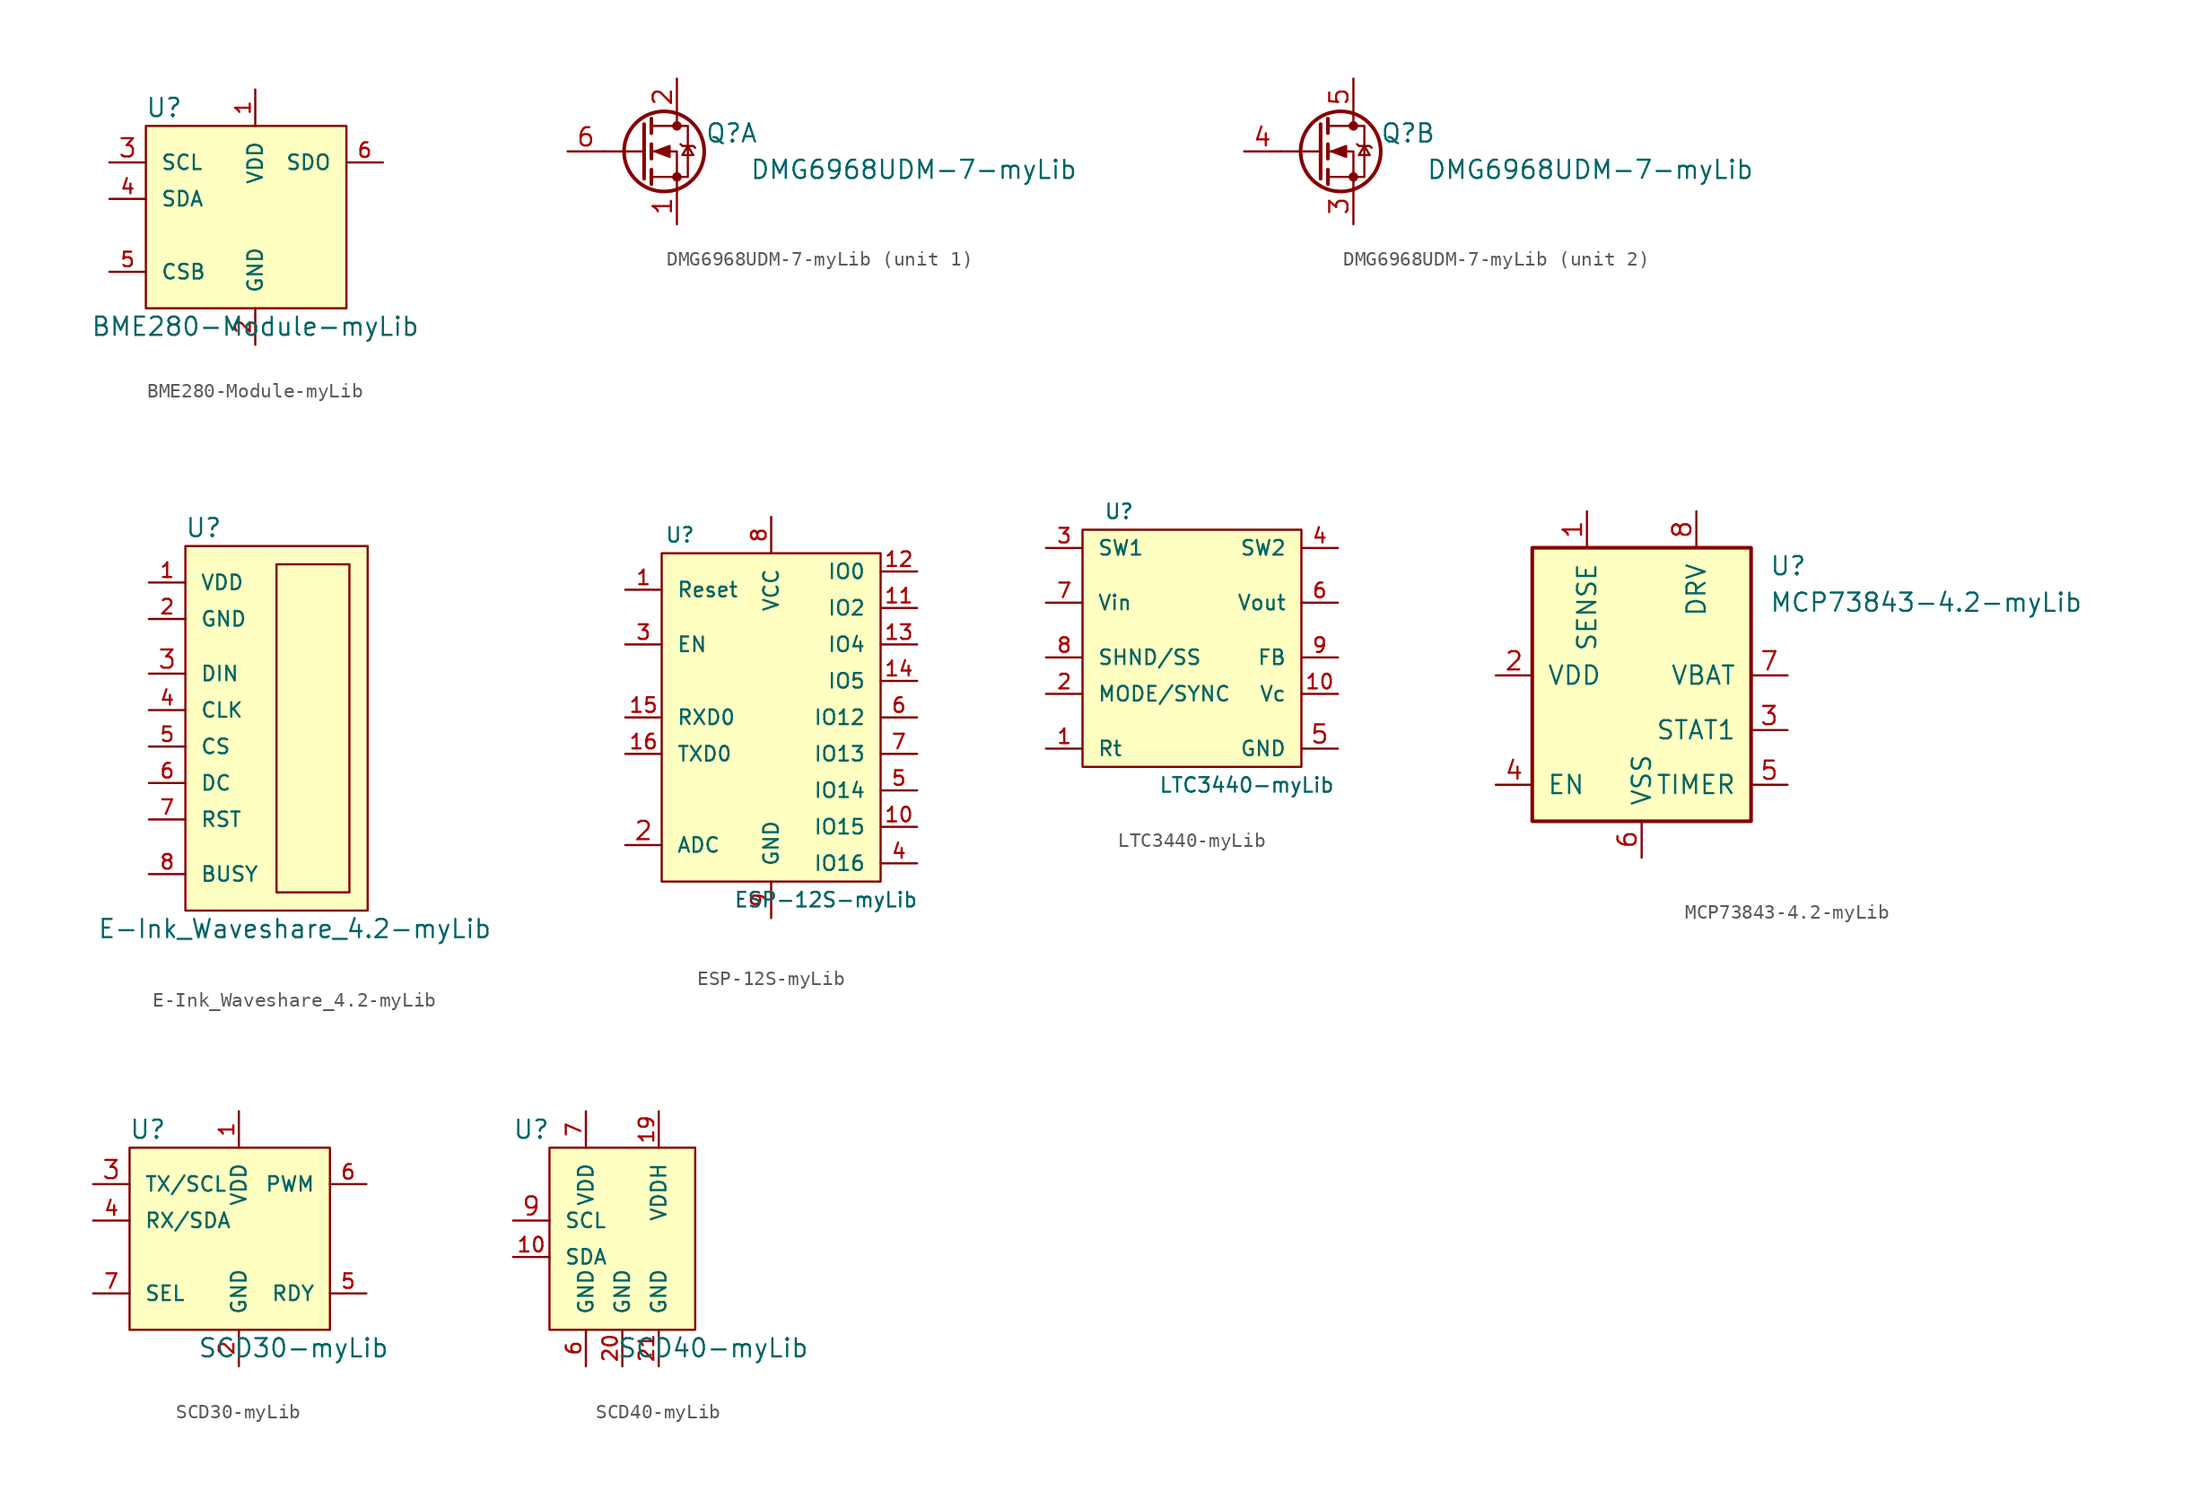
<source format=kicad_sym>
(kicad_symbol_lib
  (version 20211014)
  (generator kicad_symbol_editor)
  (symbol "BME280-Module-myLib"
    (pin_names
      (offset 1.016))
    (property "Reference" "U"
      (at -6.35 7.62 0)
      (effects (font (size 1.27 1.27))))
    (property "Value" "BME280-Module-myLib"
      (at 0 -7.62 0)
      (effects (font (size 1.27 1.27))))
    (symbol "BME280-Module-myLib_1_1"
      (polyline (pts (xy -7.62 6.35) (xy 6.35 6.35) (xy 6.35 -6.35) (xy -7.62 -6.35) (xy -7.62 6.35)) (stroke (width 0) (type default) (color 0 0 0 0)) (fill (type background)))
      (pin power_in line (at 0 8.89 270) (length 2.54) (name "VDD" (effects (font (size 1.016 1.016)))) (number "1" (effects (font (size 1.016 1.016)))))
      (pin power_in line (at 0 -8.89 90) (length 2.54) (name "GND" (effects (font (size 1.016 1.016)))) (number "2" (effects (font (size 1.016 1.016)))))
      (pin bidirectional line (at -10.16 3.81 0) (length 2.54) (name "SCL" (effects (font (size 1.016 1.016)))) (number "3" (effects (font (size 1.27 1.27)))))
      (pin bidirectional line (at -10.16 1.27 0) (length 2.54) (name "SDA" (effects (font (size 1.016 1.016)))) (number "4" (effects (font (size 1.016 1.016)))))
      (pin input line (at -10.16 -3.81 0) (length 2.54) (name "CSB" (effects (font (size 1.016 1.016)))) (number "5" (effects (font (size 1.016 1.016)))))
      (pin output line (at 8.89 3.81 180) (length 2.54) (name "SDO" (effects (font (size 1.016 1.016)))) (number "6" (effects (font (size 1.016 1.016)))))))
  (symbol "DMG6968UDM-7-myLib"
    (pin_names
      (offset 0) hide)
    (property "Reference" "Q"
      (at 6.35 1.27 0)
      (effects (font (size 1.27 1.27))))
    (property "Value" "DMG6968UDM-7-myLib"
      (at 19.05 -1.27 0)
      (effects (font (size 1.27 1.27))))
    (symbol "DMG6968UDM-7-myLib_0_1"
      (polyline (pts (xy 0.254 0) (xy -2.54 0)) (stroke (width 0) (type default) (color 0 0 0 0)) (fill (type none)))
      (polyline (pts (xy 0.254 1.905) (xy 0.254 -1.905)) (stroke (width 0.254) (type default) (color 0 0 0 0)) (fill (type none)))
      (polyline (pts (xy 0.762 -1.27) (xy 0.762 -2.286)) (stroke (width 0.254) (type default) (color 0 0 0 0)) (fill (type none)))
      (polyline (pts (xy 0.762 0.508) (xy 0.762 -0.508)) (stroke (width 0.254) (type default) (color 0 0 0 0)) (fill (type none)))
      (polyline (pts (xy 0.762 2.286) (xy 0.762 1.27)) (stroke (width 0.254) (type default) (color 0 0 0 0)) (fill (type none)))
      (polyline (pts (xy 2.54 2.54) (xy 2.54 1.778)) (stroke (width 0) (type default) (color 0 0 0 0)) (fill (type none)))
      (polyline (pts (xy 2.54 -2.54) (xy 2.54 0) (xy 0.762 0)) (stroke (width 0) (type default) (color 0 0 0 0)) (fill (type none)))
      (polyline (pts (xy 0.762 -1.778) (xy 3.302 -1.778) (xy 3.302 1.778) (xy 0.762 1.778)) (stroke (width 0) (type default) (color 0 0 0 0)) (fill (type none)))
      (polyline (pts (xy 1.016 0) (xy 2.032 0.381) (xy 2.032 -0.381) (xy 1.016 0)) (stroke (width 0) (type default) (color 0 0 0 0)) (fill (type outline)))
      (polyline (pts (xy 2.794 0.508) (xy 2.921 0.381) (xy 3.683 0.381) (xy 3.81 0.254)) (stroke (width 0) (type default) (color 0 0 0 0)) (fill (type none)))
      (polyline (pts (xy 3.302 0.381) (xy 2.921 -0.254) (xy 3.683 -0.254) (xy 3.302 0.381)) (stroke (width 0) (type default) (color 0 0 0 0)) (fill (type none)))
      (circle (center 1.651 0) (radius 2.794) (stroke (width 0.254) (type default) (color 0 0 0 0)) (fill (type none)))
      (circle (center 2.54 -1.778) (radius 0.254) (stroke (width 0) (type default) (color 0 0 0 0)) (fill (type outline)))
      (circle (center 2.54 1.778) (radius 0.254) (stroke (width 0) (type default) (color 0 0 0 0)) (fill (type outline))))
    (symbol "DMG6968UDM-7-myLib_1_1"
      (pin passive line (at 2.54 -5.08 90) (length 2.54) (name "S2" (effects (font (size 1.27 1.27)))) (number "1" (effects (font (size 1.27 1.27)))))
      (pin passive line (at 2.54 5.08 270) (length 2.54) (name "D2" (effects (font (size 1.27 1.27)))) (number "2" (effects (font (size 1.27 1.27)))))
      (pin input line (at -5.08 0 0) (length 2.54) (name "G2" (effects (font (size 1.27 1.27)))) (number "6" (effects (font (size 1.27 1.27))))))
    (symbol "DMG6968UDM-7-myLib_2_1"
      (pin passive line (at 2.54 -5.08 90) (length 2.54) (name "S2" (effects (font (size 1.27 1.27)))) (number "3" (effects (font (size 1.27 1.27)))))
      (pin input line (at -5.08 0 0) (length 2.54) (name "G2" (effects (font (size 1.27 1.27)))) (number "4" (effects (font (size 1.27 1.27)))))
      (pin passive line (at 2.54 5.08 270) (length 2.54) (name "D2" (effects (font (size 1.27 1.27)))) (number "5" (effects (font (size 1.27 1.27)))))))
  (symbol "E-Ink_Waveshare_4.2-myLib"
    (pin_names
      (offset 1.016))
    (property "Reference" "U"
      (at -6.35 13.97 0)
      (effects (font (size 1.27 1.27))))
    (property "Value" "E-Ink_Waveshare_4.2-myLib"
      (at 0 -13.97 0)
      (effects (font (size 1.27 1.27))))
    (symbol "E-Ink_Waveshare_4.2-myLib_0_1"
      (rectangle (start -1.27 -11.43) (end 3.81 11.43) (stroke (width 0) (type default) (color 0 0 0 0)) (fill (type none))))
    (symbol "E-Ink_Waveshare_4.2-myLib_1_1"
      (polyline (pts (xy -7.62 12.7) (xy 5.08 12.7) (xy 5.08 -12.7) (xy -7.62 -12.7) (xy -7.62 12.7)) (stroke (width 0) (type default) (color 0 0 0 0)) (fill (type background)))
      (pin power_in line (at -10.16 10.16 0) (length 2.54) (name "VDD" (effects (font (size 1.016 1.016)))) (number "1" (effects (font (size 1.016 1.016)))))
      (pin power_in line (at -10.16 7.62 0) (length 2.54) (name "GND" (effects (font (size 1.016 1.016)))) (number "2" (effects (font (size 1.016 1.016)))))
      (pin input line (at -10.16 3.81 0) (length 2.54) (name "DIN" (effects (font (size 1.016 1.016)))) (number "3" (effects (font (size 1.27 1.27)))))
      (pin input line (at -10.16 1.27 0) (length 2.54) (name "CLK" (effects (font (size 1.016 1.016)))) (number "4" (effects (font (size 1.016 1.016)))))
      (pin input line (at -10.16 -1.27 0) (length 2.54) (name "CS" (effects (font (size 1.016 1.016)))) (number "5" (effects (font (size 1.016 1.016)))))
      (pin input line (at -10.16 -3.81 0) (length 2.54) (name "DC" (effects (font (size 1.016 1.016)))) (number "6" (effects (font (size 1.016 1.016)))))
      (pin input line (at -10.16 -6.35 0) (length 2.54) (name "RST" (effects (font (size 1.016 1.016)))) (number "7" (effects (font (size 1.016 1.016)))))
      (pin output line (at -10.16 -10.16 0) (length 2.54) (name "BUSY" (effects (font (size 1.016 1.016)))) (number "8" (effects (font (size 1.016 1.016)))))))
  (symbol "ESP-12S-myLib"
    (pin_names
      (offset 1.016))
    (property "Reference" "U"
      (at -6.35 12.7 0)
      (effects (font (size 1.016 1.016))))
    (property "Value" "ESP-12S-myLib"
      (at 3.81 -12.7 0)
      (effects (font (size 1.016 1.016))))
    (property "Footprint" ""
      (at -3.81 -2.54 0)
      (effects (font (size 1.524 1.524))))
    (property "Datasheet" ""
      (at -3.81 -2.54 0)
      (effects (font (size 1.524 1.524))))
    (symbol "ESP-12S-myLib_0_1"
      (polyline (pts (xy -7.62 11.43) (xy 7.62 11.43) (xy 7.62 -11.43) (xy -7.62 -11.43) (xy -7.62 11.43)) (stroke (width 0) (type default) (color 0 0 0 0)) (fill (type background))))
    (symbol "ESP-12S-myLib_1_1"
      (pin input line (at -10.16 8.89 0) (length 2.54) (name "Reset" (effects (font (size 1.016 1.016)))) (number "1" (effects (font (size 1.016 1.016)))))
      (pin bidirectional line (at 10.16 -7.62 180) (length 2.54) (name "IO15" (effects (font (size 1.016 1.016)))) (number "10" (effects (font (size 1.016 1.016)))))
      (pin bidirectional line (at 10.16 7.62 180) (length 2.54) (name "IO2" (effects (font (size 1.016 1.016)))) (number "11" (effects (font (size 1.016 1.016)))))
      (pin bidirectional line (at 10.16 10.16 180) (length 2.54) (name "IO0" (effects (font (size 1.016 1.016)))) (number "12" (effects (font (size 1.016 1.016)))))
      (pin bidirectional line (at 10.16 5.08 180) (length 2.54) (name "IO4" (effects (font (size 1.016 1.016)))) (number "13" (effects (font (size 1.016 1.016)))))
      (pin bidirectional line (at 10.16 2.54 180) (length 2.54) (name "IO5" (effects (font (size 1.016 1.016)))) (number "14" (effects (font (size 1.016 1.016)))))
      (pin input line (at -10.16 0 0) (length 2.54) (name "RXD0" (effects (font (size 1.016 1.016)))) (number "15" (effects (font (size 1.016 1.016)))))
      (pin output line (at -10.16 -2.54 0) (length 2.54) (name "TXD0" (effects (font (size 1.016 1.016)))) (number "16" (effects (font (size 1.016 1.016)))))
      (pin input line (at -10.16 -8.89 0) (length 2.54) (name "ADC" (effects (font (size 1.016 1.016)))) (number "2" (effects (font (size 1.27 1.27)))))
      (pin input line (at -10.16 5.08 0) (length 2.54) (name "EN" (effects (font (size 1.016 1.016)))) (number "3" (effects (font (size 1.016 1.016)))))
      (pin bidirectional line (at 10.16 -10.16 180) (length 2.54) (name "IO16" (effects (font (size 1.016 1.016)))) (number "4" (effects (font (size 1.016 1.016)))))
      (pin bidirectional line (at 10.16 -5.08 180) (length 2.54) (name "IO14" (effects (font (size 1.016 1.016)))) (number "5" (effects (font (size 1.016 1.016)))))
      (pin bidirectional line (at 10.16 0 180) (length 2.54) (name "IO12" (effects (font (size 1.016 1.016)))) (number "6" (effects (font (size 1.016 1.016)))))
      (pin bidirectional line (at 10.16 -2.54 180) (length 2.54) (name "IO13" (effects (font (size 1.016 1.016)))) (number "7" (effects (font (size 1.016 1.016)))))
      (pin power_in line (at 0 13.97 270) (length 2.54) (name "VCC" (effects (font (size 1.016 1.016)))) (number "8" (effects (font (size 1.016 1.016)))))
      (pin power_in line (at 0 -13.97 90) (length 2.54) (name "GND" (effects (font (size 1.016 1.016)))) (number "9" (effects (font (size 1.016 1.016)))))))
  (symbol "LTC3440-myLib"
    (pin_names
      (offset 1.016))
    (property "Reference" "U"
      (at -5.08 8.89 0)
      (effects (font (size 1.016 1.016))))
    (property "Value" "LTC3440-myLib"
      (at 3.81 -10.16 0)
      (effects (font (size 1.016 1.016))))
    (property "Footprint" ""
      (at 0 0 0)
      (effects (font (size 1.524 1.524))))
    (property "Datasheet" ""
      (at 0 0 0)
      (effects (font (size 1.524 1.524))))
    (symbol "LTC3440-myLib_0_1"
      (polyline (pts (xy -7.62 7.62) (xy 7.62 7.62) (xy 7.62 -8.89) (xy -7.62 -8.89) (xy -7.62 7.62)) (stroke (width 0) (type default) (color 0 0 0 0)) (fill (type background))))
    (symbol "LTC3440-myLib_1_1"
      (pin passive line (at -10.16 -7.62 0) (length 2.54) (name "Rt" (effects (font (size 1.016 1.016)))) (number "1" (effects (font (size 1.016 1.016)))))
      (pin input line (at 10.16 -3.81 180) (length 2.54) (name "Vc" (effects (font (size 1.016 1.016)))) (number "10" (effects (font (size 1.016 1.016)))))
      (pin input line (at -10.16 -3.81 0) (length 2.54) (name "MODE/SYNC" (effects (font (size 1.016 1.016)))) (number "2" (effects (font (size 1.016 1.016)))))
      (pin output line (at -10.16 6.35 0) (length 2.54) (name "SW1" (effects (font (size 1.016 1.016)))) (number "3" (effects (font (size 1.016 1.016)))))
      (pin output line (at 10.16 6.35 180) (length 2.54) (name "SW2" (effects (font (size 1.016 1.016)))) (number "4" (effects (font (size 1.016 1.016)))))
      (pin power_in line (at 10.16 -7.62 180) (length 2.54) (name "GND" (effects (font (size 1.016 1.016)))) (number "5" (effects (font (size 1.27 1.27)))))
      (pin power_out line (at 10.16 2.54 180) (length 2.54) (name "Vout" (effects (font (size 1.016 1.016)))) (number "6" (effects (font (size 1.016 1.016)))))
      (pin power_in line (at -10.16 2.54 0) (length 2.54) (name "Vin" (effects (font (size 1.016 1.016)))) (number "7" (effects (font (size 1.016 1.016)))))
      (pin input line (at -10.16 -1.27 0) (length 2.54) (name "SHND/SS" (effects (font (size 1.016 1.016)))) (number "8" (effects (font (size 1.016 1.016)))))
      (pin input line (at 10.16 -1.27 180) (length 2.54) (name "FB" (effects (font (size 1.016 1.016)))) (number "9" (effects (font (size 1.016 1.016)))))))
  (symbol "MCP73843-4.2-myLib"
    (pin_names
      (offset 1.016))
    (property "Reference" "U"
      (at 8.89 7.62 0)
      (effects (font (size 1.27 1.27)) (justify left)))
    (property "Value" "MCP73843-4.2-myLib"
      (at 8.89 5.08 0)
      (effects (font (size 1.27 1.27)) (justify left)))
    (symbol "MCP73843-4.2-myLib_0_1"
      (rectangle (start -7.62 8.89) (end 7.62 -10.16) (stroke (width 0.254) (type default) (color 0 0 0 0)) (fill (type background))))
    (symbol "MCP73843-4.2-myLib_1_1"
      (pin input line (at -3.81 11.43 270) (length 2.54) (name "SENSE" (effects (font (size 1.27 1.27)))) (number "1" (effects (font (size 1.27 1.27)))))
      (pin input line (at -10.16 0 0) (length 2.54) (name "VDD" (effects (font (size 1.27 1.27)))) (number "2" (effects (font (size 1.27 1.27)))))
      (pin open_collector line (at 10.16 -3.81 180) (length 2.54) (name "STAT1" (effects (font (size 1.27 1.27)))) (number "3" (effects (font (size 1.27 1.27)))))
      (pin input line (at -10.16 -7.62 0) (length 2.54) (name "EN" (effects (font (size 1.27 1.27)))) (number "4" (effects (font (size 1.27 1.27)))))
      (pin input line (at 10.16 -7.62 180) (length 2.54) (name "TIMER" (effects (font (size 1.27 1.27)))) (number "5" (effects (font (size 1.27 1.27)))))
      (pin power_in line (at 0 -12.7 90) (length 2.54) (name "VSS" (effects (font (size 1.27 1.27)))) (number "6" (effects (font (size 1.27 1.27)))))
      (pin input line (at 10.16 0 180) (length 2.54) (name "VBAT" (effects (font (size 1.27 1.27)))) (number "7" (effects (font (size 1.27 1.27)))))
      (pin output line (at 3.81 11.43 270) (length 2.54) (name "DRV" (effects (font (size 1.27 1.27)))) (number "8" (effects (font (size 1.27 1.27)))))))
  (symbol "SCD30-myLib"
    (pin_names
      (offset 1.016))
    (property "Reference" "U"
      (at -6.35 7.62 0)
      (effects (font (size 1.27 1.27))))
    (property "Value" "SCD30-myLib"
      (at 3.81 -7.62 0)
      (effects (font (size 1.27 1.27))))
    (symbol "SCD30-myLib_1_1"
      (polyline (pts (xy -7.62 6.35) (xy 6.35 6.35) (xy 6.35 -6.35) (xy -7.62 -6.35) (xy -7.62 6.35)) (stroke (width 0) (type default) (color 0 0 0 0)) (fill (type background)))
      (pin power_in line (at 0 8.89 270) (length 2.54) (name "VDD" (effects (font (size 1.016 1.016)))) (number "1" (effects (font (size 1.016 1.016)))))
      (pin power_in line (at 0 -8.89 90) (length 2.54) (name "GND" (effects (font (size 1.016 1.016)))) (number "2" (effects (font (size 1.016 1.016)))))
      (pin bidirectional line (at -10.16 3.81 0) (length 2.54) (name "TX/SCL" (effects (font (size 1.016 1.016)))) (number "3" (effects (font (size 1.27 1.27)))))
      (pin bidirectional line (at -10.16 1.27 0) (length 2.54) (name "RX/SDA" (effects (font (size 1.016 1.016)))) (number "4" (effects (font (size 1.016 1.016)))))
      (pin output line (at 8.89 -3.81 180) (length 2.54) (name "RDY" (effects (font (size 1.016 1.016)))) (number "5" (effects (font (size 1.016 1.016)))))
      (pin output line (at 8.89 3.81 180) (length 2.54) (name "PWM" (effects (font (size 1.016 1.016)))) (number "6" (effects (font (size 1.016 1.016)))))
      (pin input line (at -10.16 -3.81 0) (length 2.54) (name "SEL" (effects (font (size 1.016 1.016)))) (number "7" (effects (font (size 1.016 1.016)))))))
  (symbol "SCD40-myLib"
    (pin_names
      (offset 1.016))
    (property "Reference" "U"
      (at -6.35 7.62 0)
      (effects (font (size 1.27 1.27))))
    (property "Value" "SCD40-myLib"
      (at 6.35 -7.62 0)
      (effects (font (size 1.27 1.27))))
    (symbol "SCD40-myLib_1_1"
      (polyline (pts (xy -5.08 6.35) (xy 5.08 6.35) (xy 5.08 -6.35) (xy -5.08 -6.35) (xy -5.08 6.35)) (stroke (width 0) (type default) (color 0 0 0 0)) (fill (type background)))
      (pin bidirectional line (at -7.62 -1.27 0) (length 2.54) (name "SDA" (effects (font (size 1.016 1.016)))) (number "10" (effects (font (size 1.016 1.016)))))
      (pin power_in line (at 2.54 8.89 270) (length 2.54) (name "VDDH" (effects (font (size 1.016 1.016)))) (number "19" (effects (font (size 1.016 1.016)))))
      (pin power_in line (at 0 -8.89 90) (length 2.54) (name "GND" (effects (font (size 1.016 1.016)))) (number "20" (effects (font (size 1.016 1.016)))))
      (pin power_in line (at 2.54 -8.89 90) (length 2.54) (name "GND" (effects (font (size 1.016 1.016)))) (number "21" (effects (font (size 1.016 1.016)))))
      (pin power_in line (at -2.54 -8.89 90) (length 2.54) (name "GND" (effects (font (size 1.016 1.016)))) (number "6" (effects (font (size 1.016 1.016)))))
      (pin power_in line (at -2.54 8.89 270) (length 2.54) (name "VDD" (effects (font (size 1.016 1.016)))) (number "7" (effects (font (size 1.016 1.016)))))
      (pin bidirectional line (at -7.62 1.27 0) (length 2.54) (name "SCL" (effects (font (size 1.016 1.016)))) (number "9" (effects (font (size 1.27 1.27))))))))
</source>
